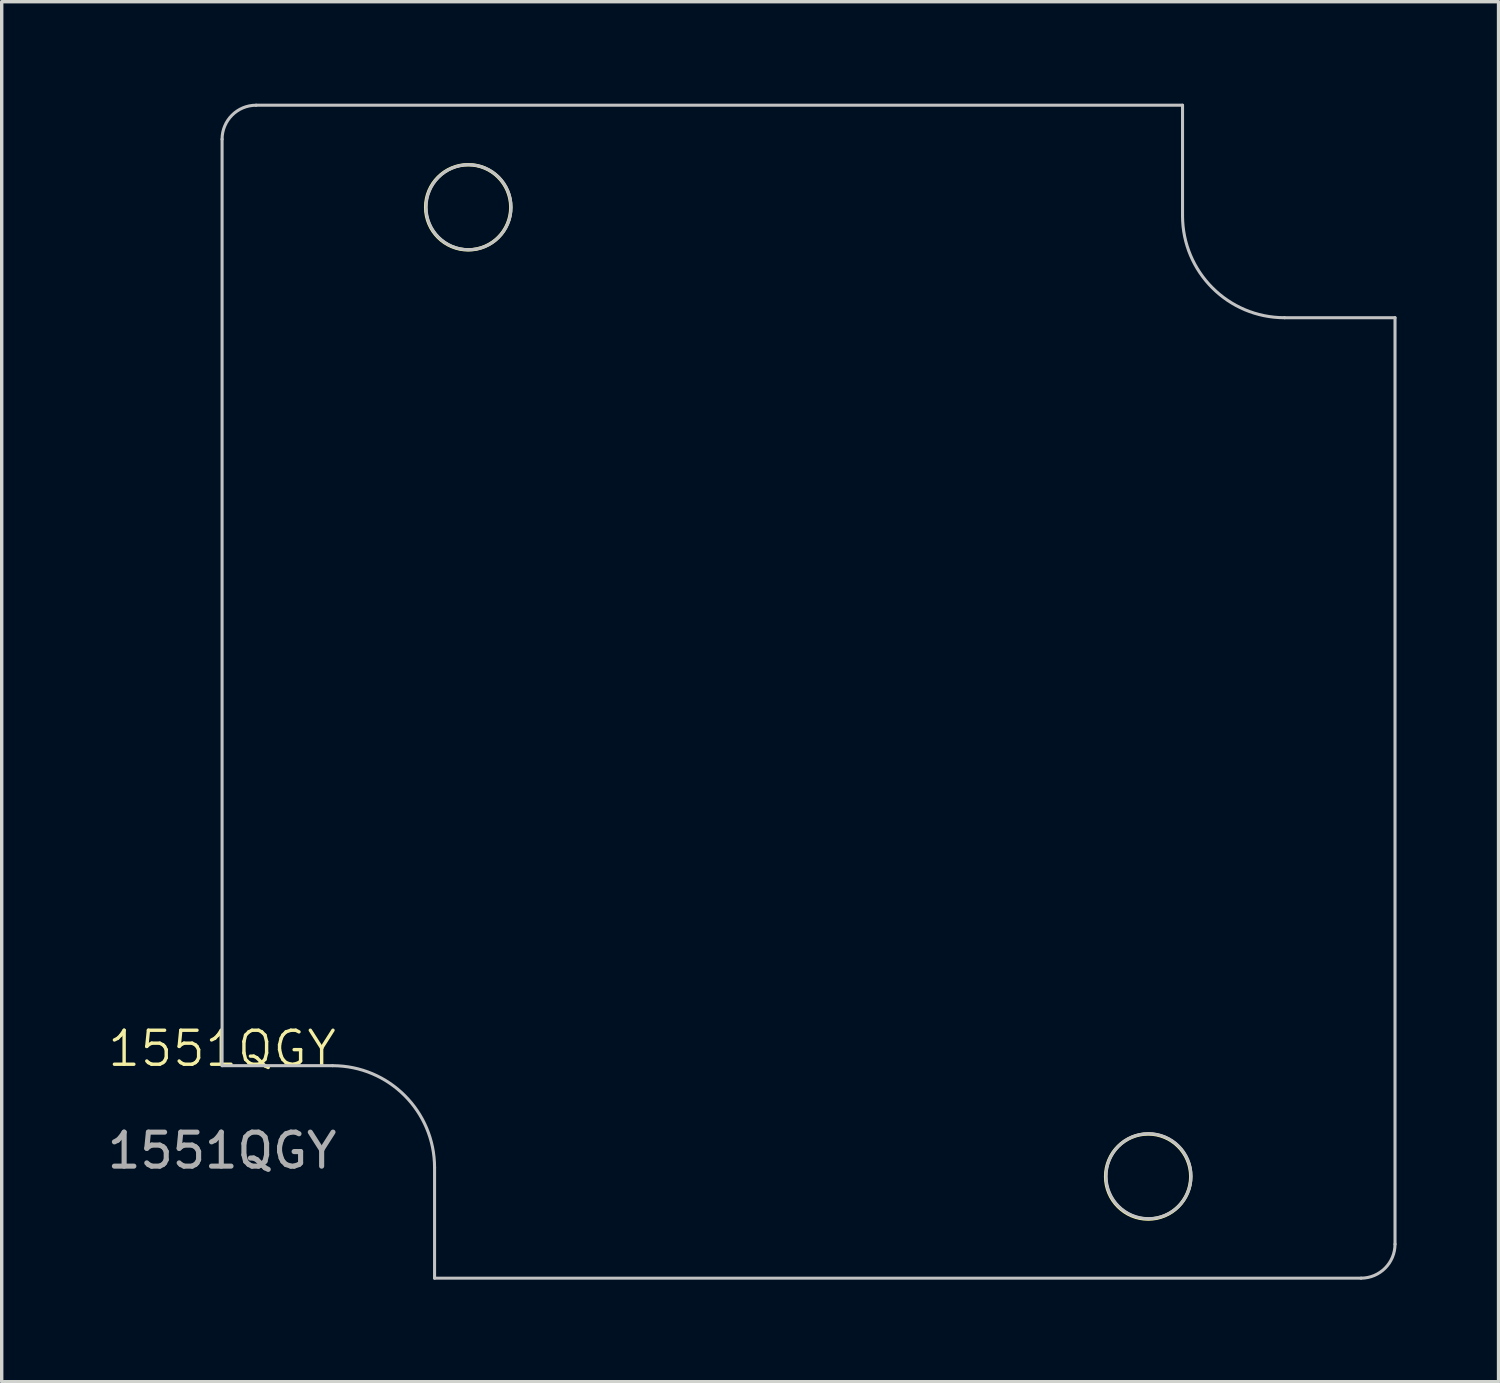
<source format=kicad_pcb>
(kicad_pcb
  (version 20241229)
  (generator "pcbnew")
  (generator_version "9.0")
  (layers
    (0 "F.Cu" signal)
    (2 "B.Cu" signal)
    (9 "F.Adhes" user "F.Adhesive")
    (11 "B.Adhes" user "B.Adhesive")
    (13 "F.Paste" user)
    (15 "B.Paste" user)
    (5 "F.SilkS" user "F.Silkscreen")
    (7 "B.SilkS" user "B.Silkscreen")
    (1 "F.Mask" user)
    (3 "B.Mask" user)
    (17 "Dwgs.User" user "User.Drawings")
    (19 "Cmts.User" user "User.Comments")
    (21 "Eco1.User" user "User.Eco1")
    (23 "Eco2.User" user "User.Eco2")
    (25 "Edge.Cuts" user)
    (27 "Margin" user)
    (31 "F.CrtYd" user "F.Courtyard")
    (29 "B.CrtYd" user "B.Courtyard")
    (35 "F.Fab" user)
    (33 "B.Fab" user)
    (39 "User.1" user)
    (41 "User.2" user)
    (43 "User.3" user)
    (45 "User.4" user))
  (footprint "1551QGY"
    (layer "F.Cu")
    (at 3.482 28.295)
    (property "Reference" "1551QGY" (at 0 -0.5 0) (unlocked yes) (layer "F.SilkS") (effects (font (size 1 1) (thickness 0.1))))
    (fp_circle (center 7.24 -25.248) (end 7.89 -24.178) (stroke (width 0.1) (type default)) (fill no) (layer "F.SilkS"))
    (fp_circle (center 27.24 3.26) (end 27.89 4.33) (stroke (width 0.1) (type default)) (fill no) (layer "F.SilkS"))
    (fp_line (start 0 0) (end 0 -27.25) (stroke (width 0.09) (type solid)) (layer "Dwgs.User"))
    (fp_line (start 1 -28.25) (end 28.25 -28.25) (stroke (width 0.09) (type solid)) (layer "Dwgs.User"))
    (fp_line (start 3.25 0) (end 0 0) (stroke (width 0.09) (type solid)) (layer "Dwgs.User"))
    (fp_line (start 6.25 6.25) (end 6.25 3) (stroke (width 0.09) (type solid)) (layer "Dwgs.User"))
    (fp_line (start 28.25 -28.25) (end 28.25 -25) (stroke (width 0.09) (type solid)) (layer "Dwgs.User"))
    (fp_line (start 31.25 -22) (end 34.5 -22) (stroke (width 0.09) (type solid)) (layer "Dwgs.User"))
    (fp_line (start 33.5 6.25) (end 6.25 6.25) (stroke (width 0.09) (type solid)) (layer "Dwgs.User"))
    (fp_line (start 34.5 -22) (end 34.5 5.25) (stroke (width 0.09) (type solid)) (layer "Dwgs.User"))
    (fp_arc (start 0 -27.25) (mid 0.292893 -27.957107) (end 1 -28.25) (stroke (width 0.09) (type solid)) (layer "Dwgs.User"))
    (fp_arc (start 3.25 0) (mid 5.37132 0.87868) (end 6.25 3) (stroke (width 0.09) (type solid)) (layer "Dwgs.User"))
    (fp_arc (start 31.25 -22) (mid 29.12868 -22.87868) (end 28.25 -25) (stroke (width 0.09) (type solid)) (layer "Dwgs.User"))
    (fp_arc (start 34.5 5.25) (mid 34.207107 5.957107) (end 33.5 6.25) (stroke (width 0.09) (type solid)) (layer "Dwgs.User"))
    (fp_circle (center 7.25 -25.25) (end 8.5 -25.25) (stroke (width 0.09) (type solid)) (fill no) (layer "Dwgs.User"))
    (fp_circle (center 27.25 3.25) (end 28.5 3.25) (stroke (width 0.09) (type solid)) (fill no) (layer "Dwgs.User"))
    (fp_text user "${REFERENCE}" (at 0 2.5 0) (unlocked yes) (layer "F.Fab") (effects (font (size 1 1) (thickness 0.15)))))
  (gr_rect
    (start -3 -3)
    (end 41.027 37.59)
    (stroke (width 0.1) (type default))
    (fill no)
    (layer "Edge.Cuts")))
</source>
